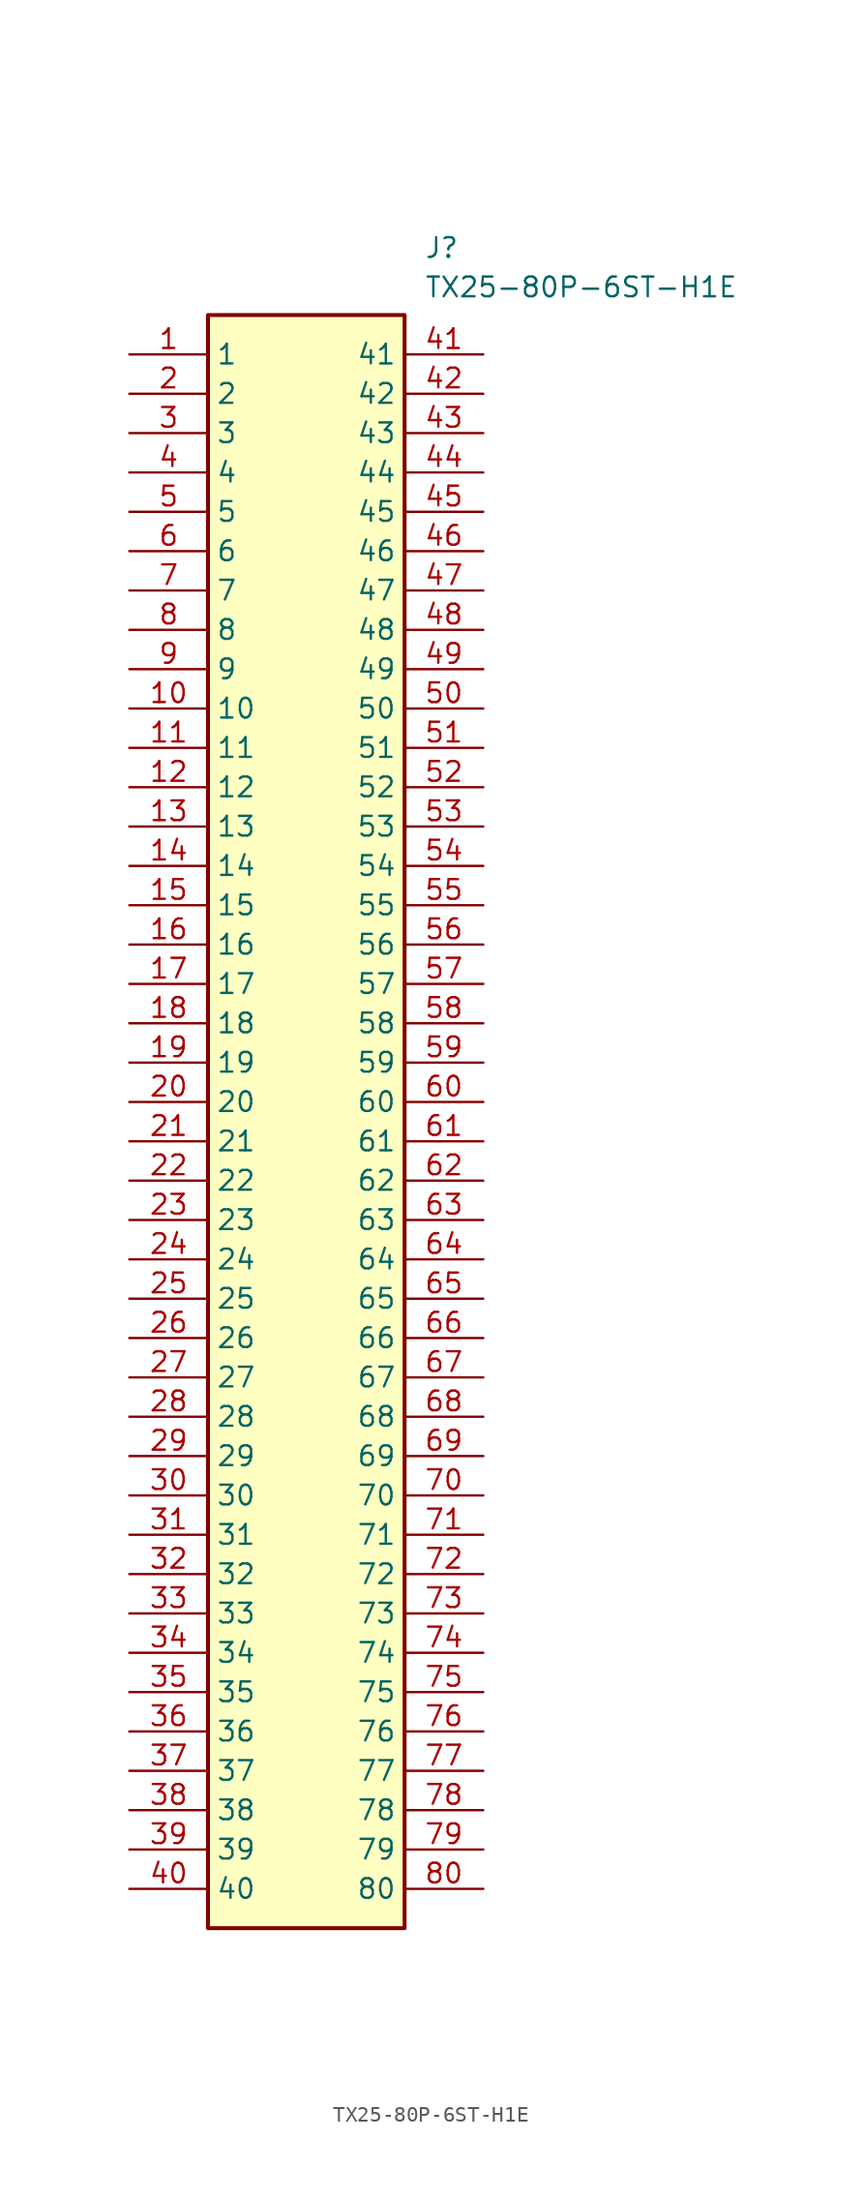
<source format=kicad_sym>
(kicad_symbol_lib
  (version 20220914)
  (generator SamacSys_ECAD_Model)
  (symbol "TX25-80P-6ST-H1E"
    (property "Reference" "J"
      (at 19.05 7.62 0)
      (effects (font (size 1.27 1.27)) (justify left top)))
    (property "Value" "TX25-80P-6ST-H1E"
      (at 19.05 5.08 0)
      (effects (font (size 1.27 1.27)) (justify left top)))
    (rectangle
      (start 5.08 2.54)
      (end 17.78 -101.6)
      (stroke (width 0.254) (type default))
      (fill (type background)))
    (pin passive line
      (at 0 0 0)
      (length 5.08)
      (name "1" (effects (font (size 1.27 1.27))))
      (number "1" (effects (font (size 1.27 1.27)))))
    (pin passive line
      (at 0 -2.54 0)
      (length 5.08)
      (name "2" (effects (font (size 1.27 1.27))))
      (number "2" (effects (font (size 1.27 1.27)))))
    (pin passive line
      (at 0 -5.08 0)
      (length 5.08)
      (name "3" (effects (font (size 1.27 1.27))))
      (number "3" (effects (font (size 1.27 1.27)))))
    (pin passive line
      (at 0 -7.62 0)
      (length 5.08)
      (name "4" (effects (font (size 1.27 1.27))))
      (number "4" (effects (font (size 1.27 1.27)))))
    (pin passive line
      (at 0 -10.16 0)
      (length 5.08)
      (name "5" (effects (font (size 1.27 1.27))))
      (number "5" (effects (font (size 1.27 1.27)))))
    (pin passive line
      (at 0 -12.7 0)
      (length 5.08)
      (name "6" (effects (font (size 1.27 1.27))))
      (number "6" (effects (font (size 1.27 1.27)))))
    (pin passive line
      (at 0 -15.24 0)
      (length 5.08)
      (name "7" (effects (font (size 1.27 1.27))))
      (number "7" (effects (font (size 1.27 1.27)))))
    (pin passive line
      (at 0 -17.78 0)
      (length 5.08)
      (name "8" (effects (font (size 1.27 1.27))))
      (number "8" (effects (font (size 1.27 1.27)))))
    (pin passive line
      (at 0 -20.32 0)
      (length 5.08)
      (name "9" (effects (font (size 1.27 1.27))))
      (number "9" (effects (font (size 1.27 1.27)))))
    (pin passive line
      (at 0 -22.86 0)
      (length 5.08)
      (name "10" (effects (font (size 1.27 1.27))))
      (number "10" (effects (font (size 1.27 1.27)))))
    (pin passive line
      (at 0 -25.4 0)
      (length 5.08)
      (name "11" (effects (font (size 1.27 1.27))))
      (number "11" (effects (font (size 1.27 1.27)))))
    (pin passive line
      (at 0 -27.94 0)
      (length 5.08)
      (name "12" (effects (font (size 1.27 1.27))))
      (number "12" (effects (font (size 1.27 1.27)))))
    (pin passive line
      (at 0 -30.48 0)
      (length 5.08)
      (name "13" (effects (font (size 1.27 1.27))))
      (number "13" (effects (font (size 1.27 1.27)))))
    (pin passive line
      (at 0 -33.02 0)
      (length 5.08)
      (name "14" (effects (font (size 1.27 1.27))))
      (number "14" (effects (font (size 1.27 1.27)))))
    (pin passive line
      (at 0 -35.56 0)
      (length 5.08)
      (name "15" (effects (font (size 1.27 1.27))))
      (number "15" (effects (font (size 1.27 1.27)))))
    (pin passive line
      (at 0 -38.1 0)
      (length 5.08)
      (name "16" (effects (font (size 1.27 1.27))))
      (number "16" (effects (font (size 1.27 1.27)))))
    (pin passive line
      (at 0 -40.64 0)
      (length 5.08)
      (name "17" (effects (font (size 1.27 1.27))))
      (number "17" (effects (font (size 1.27 1.27)))))
    (pin passive line
      (at 0 -43.18 0)
      (length 5.08)
      (name "18" (effects (font (size 1.27 1.27))))
      (number "18" (effects (font (size 1.27 1.27)))))
    (pin passive line
      (at 0 -45.72 0)
      (length 5.08)
      (name "19" (effects (font (size 1.27 1.27))))
      (number "19" (effects (font (size 1.27 1.27)))))
    (pin passive line
      (at 0 -48.26 0)
      (length 5.08)
      (name "20" (effects (font (size 1.27 1.27))))
      (number "20" (effects (font (size 1.27 1.27)))))
    (pin passive line
      (at 0 -50.8 0)
      (length 5.08)
      (name "21" (effects (font (size 1.27 1.27))))
      (number "21" (effects (font (size 1.27 1.27)))))
    (pin passive line
      (at 0 -53.34 0)
      (length 5.08)
      (name "22" (effects (font (size 1.27 1.27))))
      (number "22" (effects (font (size 1.27 1.27)))))
    (pin passive line
      (at 0 -55.88 0)
      (length 5.08)
      (name "23" (effects (font (size 1.27 1.27))))
      (number "23" (effects (font (size 1.27 1.27)))))
    (pin passive line
      (at 0 -58.42 0)
      (length 5.08)
      (name "24" (effects (font (size 1.27 1.27))))
      (number "24" (effects (font (size 1.27 1.27)))))
    (pin passive line
      (at 0 -60.96 0)
      (length 5.08)
      (name "25" (effects (font (size 1.27 1.27))))
      (number "25" (effects (font (size 1.27 1.27)))))
    (pin passive line
      (at 0 -63.5 0)
      (length 5.08)
      (name "26" (effects (font (size 1.27 1.27))))
      (number "26" (effects (font (size 1.27 1.27)))))
    (pin passive line
      (at 0 -66.04 0)
      (length 5.08)
      (name "27" (effects (font (size 1.27 1.27))))
      (number "27" (effects (font (size 1.27 1.27)))))
    (pin passive line
      (at 0 -68.58 0)
      (length 5.08)
      (name "28" (effects (font (size 1.27 1.27))))
      (number "28" (effects (font (size 1.27 1.27)))))
    (pin passive line
      (at 0 -71.12 0)
      (length 5.08)
      (name "29" (effects (font (size 1.27 1.27))))
      (number "29" (effects (font (size 1.27 1.27)))))
    (pin passive line
      (at 0 -73.66 0)
      (length 5.08)
      (name "30" (effects (font (size 1.27 1.27))))
      (number "30" (effects (font (size 1.27 1.27)))))
    (pin passive line
      (at 0 -76.2 0)
      (length 5.08)
      (name "31" (effects (font (size 1.27 1.27))))
      (number "31" (effects (font (size 1.27 1.27)))))
    (pin passive line
      (at 0 -78.74 0)
      (length 5.08)
      (name "32" (effects (font (size 1.27 1.27))))
      (number "32" (effects (font (size 1.27 1.27)))))
    (pin passive line
      (at 0 -81.28 0)
      (length 5.08)
      (name "33" (effects (font (size 1.27 1.27))))
      (number "33" (effects (font (size 1.27 1.27)))))
    (pin passive line
      (at 0 -83.82 0)
      (length 5.08)
      (name "34" (effects (font (size 1.27 1.27))))
      (number "34" (effects (font (size 1.27 1.27)))))
    (pin passive line
      (at 0 -86.36 0)
      (length 5.08)
      (name "35" (effects (font (size 1.27 1.27))))
      (number "35" (effects (font (size 1.27 1.27)))))
    (pin passive line
      (at 0 -88.9 0)
      (length 5.08)
      (name "36" (effects (font (size 1.27 1.27))))
      (number "36" (effects (font (size 1.27 1.27)))))
    (pin passive line
      (at 0 -91.44 0)
      (length 5.08)
      (name "37" (effects (font (size 1.27 1.27))))
      (number "37" (effects (font (size 1.27 1.27)))))
    (pin passive line
      (at 0 -93.98 0)
      (length 5.08)
      (name "38" (effects (font (size 1.27 1.27))))
      (number "38" (effects (font (size 1.27 1.27)))))
    (pin passive line
      (at 0 -96.52 0)
      (length 5.08)
      (name "39" (effects (font (size 1.27 1.27))))
      (number "39" (effects (font (size 1.27 1.27)))))
    (pin passive line
      (at 0 -99.06 0)
      (length 5.08)
      (name "40" (effects (font (size 1.27 1.27))))
      (number "40" (effects (font (size 1.27 1.27)))))
    (pin passive line
      (at 22.86 0 180)
      (length 5.08)
      (name "41" (effects (font (size 1.27 1.27))))
      (number "41" (effects (font (size 1.27 1.27)))))
    (pin passive line
      (at 22.86 -2.54 180)
      (length 5.08)
      (name "42" (effects (font (size 1.27 1.27))))
      (number "42" (effects (font (size 1.27 1.27)))))
    (pin passive line
      (at 22.86 -5.08 180)
      (length 5.08)
      (name "43" (effects (font (size 1.27 1.27))))
      (number "43" (effects (font (size 1.27 1.27)))))
    (pin passive line
      (at 22.86 -7.62 180)
      (length 5.08)
      (name "44" (effects (font (size 1.27 1.27))))
      (number "44" (effects (font (size 1.27 1.27)))))
    (pin passive line
      (at 22.86 -10.16 180)
      (length 5.08)
      (name "45" (effects (font (size 1.27 1.27))))
      (number "45" (effects (font (size 1.27 1.27)))))
    (pin passive line
      (at 22.86 -12.7 180)
      (length 5.08)
      (name "46" (effects (font (size 1.27 1.27))))
      (number "46" (effects (font (size 1.27 1.27)))))
    (pin passive line
      (at 22.86 -15.24 180)
      (length 5.08)
      (name "47" (effects (font (size 1.27 1.27))))
      (number "47" (effects (font (size 1.27 1.27)))))
    (pin passive line
      (at 22.86 -17.78 180)
      (length 5.08)
      (name "48" (effects (font (size 1.27 1.27))))
      (number "48" (effects (font (size 1.27 1.27)))))
    (pin passive line
      (at 22.86 -20.32 180)
      (length 5.08)
      (name "49" (effects (font (size 1.27 1.27))))
      (number "49" (effects (font (size 1.27 1.27)))))
    (pin passive line
      (at 22.86 -22.86 180)
      (length 5.08)
      (name "50" (effects (font (size 1.27 1.27))))
      (number "50" (effects (font (size 1.27 1.27)))))
    (pin passive line
      (at 22.86 -25.4 180)
      (length 5.08)
      (name "51" (effects (font (size 1.27 1.27))))
      (number "51" (effects (font (size 1.27 1.27)))))
    (pin passive line
      (at 22.86 -27.94 180)
      (length 5.08)
      (name "52" (effects (font (size 1.27 1.27))))
      (number "52" (effects (font (size 1.27 1.27)))))
    (pin passive line
      (at 22.86 -30.48 180)
      (length 5.08)
      (name "53" (effects (font (size 1.27 1.27))))
      (number "53" (effects (font (size 1.27 1.27)))))
    (pin passive line
      (at 22.86 -33.02 180)
      (length 5.08)
      (name "54" (effects (font (size 1.27 1.27))))
      (number "54" (effects (font (size 1.27 1.27)))))
    (pin passive line
      (at 22.86 -35.56 180)
      (length 5.08)
      (name "55" (effects (font (size 1.27 1.27))))
      (number "55" (effects (font (size 1.27 1.27)))))
    (pin passive line
      (at 22.86 -38.1 180)
      (length 5.08)
      (name "56" (effects (font (size 1.27 1.27))))
      (number "56" (effects (font (size 1.27 1.27)))))
    (pin passive line
      (at 22.86 -40.64 180)
      (length 5.08)
      (name "57" (effects (font (size 1.27 1.27))))
      (number "57" (effects (font (size 1.27 1.27)))))
    (pin passive line
      (at 22.86 -43.18 180)
      (length 5.08)
      (name "58" (effects (font (size 1.27 1.27))))
      (number "58" (effects (font (size 1.27 1.27)))))
    (pin passive line
      (at 22.86 -45.72 180)
      (length 5.08)
      (name "59" (effects (font (size 1.27 1.27))))
      (number "59" (effects (font (size 1.27 1.27)))))
    (pin passive line
      (at 22.86 -48.26 180)
      (length 5.08)
      (name "60" (effects (font (size 1.27 1.27))))
      (number "60" (effects (font (size 1.27 1.27)))))
    (pin passive line
      (at 22.86 -50.8 180)
      (length 5.08)
      (name "61" (effects (font (size 1.27 1.27))))
      (number "61" (effects (font (size 1.27 1.27)))))
    (pin passive line
      (at 22.86 -53.34 180)
      (length 5.08)
      (name "62" (effects (font (size 1.27 1.27))))
      (number "62" (effects (font (size 1.27 1.27)))))
    (pin passive line
      (at 22.86 -55.88 180)
      (length 5.08)
      (name "63" (effects (font (size 1.27 1.27))))
      (number "63" (effects (font (size 1.27 1.27)))))
    (pin passive line
      (at 22.86 -58.42 180)
      (length 5.08)
      (name "64" (effects (font (size 1.27 1.27))))
      (number "64" (effects (font (size 1.27 1.27)))))
    (pin passive line
      (at 22.86 -60.96 180)
      (length 5.08)
      (name "65" (effects (font (size 1.27 1.27))))
      (number "65" (effects (font (size 1.27 1.27)))))
    (pin passive line
      (at 22.86 -63.5 180)
      (length 5.08)
      (name "66" (effects (font (size 1.27 1.27))))
      (number "66" (effects (font (size 1.27 1.27)))))
    (pin passive line
      (at 22.86 -66.04 180)
      (length 5.08)
      (name "67" (effects (font (size 1.27 1.27))))
      (number "67" (effects (font (size 1.27 1.27)))))
    (pin passive line
      (at 22.86 -68.58 180)
      (length 5.08)
      (name "68" (effects (font (size 1.27 1.27))))
      (number "68" (effects (font (size 1.27 1.27)))))
    (pin passive line
      (at 22.86 -71.12 180)
      (length 5.08)
      (name "69" (effects (font (size 1.27 1.27))))
      (number "69" (effects (font (size 1.27 1.27)))))
    (pin passive line
      (at 22.86 -73.66 180)
      (length 5.08)
      (name "70" (effects (font (size 1.27 1.27))))
      (number "70" (effects (font (size 1.27 1.27)))))
    (pin passive line
      (at 22.86 -76.2 180)
      (length 5.08)
      (name "71" (effects (font (size 1.27 1.27))))
      (number "71" (effects (font (size 1.27 1.27)))))
    (pin passive line
      (at 22.86 -78.74 180)
      (length 5.08)
      (name "72" (effects (font (size 1.27 1.27))))
      (number "72" (effects (font (size 1.27 1.27)))))
    (pin passive line
      (at 22.86 -81.28 180)
      (length 5.08)
      (name "73" (effects (font (size 1.27 1.27))))
      (number "73" (effects (font (size 1.27 1.27)))))
    (pin passive line
      (at 22.86 -83.82 180)
      (length 5.08)
      (name "74" (effects (font (size 1.27 1.27))))
      (number "74" (effects (font (size 1.27 1.27)))))
    (pin passive line
      (at 22.86 -86.36 180)
      (length 5.08)
      (name "75" (effects (font (size 1.27 1.27))))
      (number "75" (effects (font (size 1.27 1.27)))))
    (pin passive line
      (at 22.86 -88.9 180)
      (length 5.08)
      (name "76" (effects (font (size 1.27 1.27))))
      (number "76" (effects (font (size 1.27 1.27)))))
    (pin passive line
      (at 22.86 -91.44 180)
      (length 5.08)
      (name "77" (effects (font (size 1.27 1.27))))
      (number "77" (effects (font (size 1.27 1.27)))))
    (pin passive line
      (at 22.86 -93.98 180)
      (length 5.08)
      (name "78" (effects (font (size 1.27 1.27))))
      (number "78" (effects (font (size 1.27 1.27)))))
    (pin passive line
      (at 22.86 -96.52 180)
      (length 5.08)
      (name "79" (effects (font (size 1.27 1.27))))
      (number "79" (effects (font (size 1.27 1.27)))))
    (pin passive line
      (at 22.86 -99.06 180)
      (length 5.08)
      (name "80" (effects (font (size 1.27 1.27))))
      (number "80" (effects (font (size 1.27 1.27)))))))
</source>
